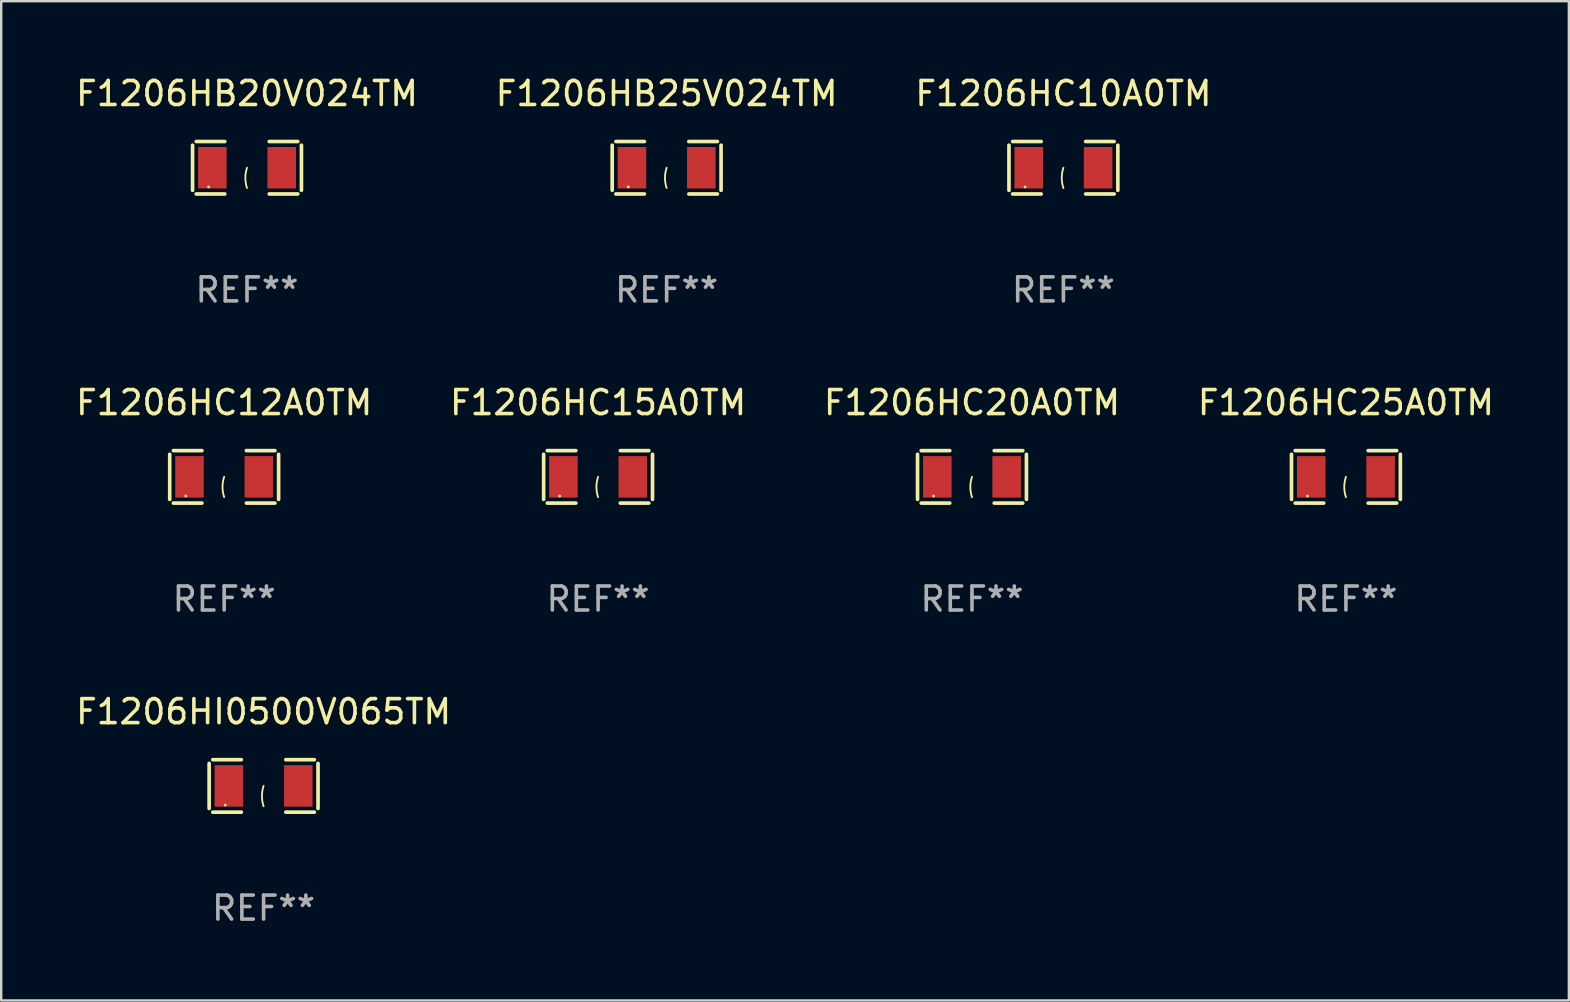
<source format=kicad_pcb>
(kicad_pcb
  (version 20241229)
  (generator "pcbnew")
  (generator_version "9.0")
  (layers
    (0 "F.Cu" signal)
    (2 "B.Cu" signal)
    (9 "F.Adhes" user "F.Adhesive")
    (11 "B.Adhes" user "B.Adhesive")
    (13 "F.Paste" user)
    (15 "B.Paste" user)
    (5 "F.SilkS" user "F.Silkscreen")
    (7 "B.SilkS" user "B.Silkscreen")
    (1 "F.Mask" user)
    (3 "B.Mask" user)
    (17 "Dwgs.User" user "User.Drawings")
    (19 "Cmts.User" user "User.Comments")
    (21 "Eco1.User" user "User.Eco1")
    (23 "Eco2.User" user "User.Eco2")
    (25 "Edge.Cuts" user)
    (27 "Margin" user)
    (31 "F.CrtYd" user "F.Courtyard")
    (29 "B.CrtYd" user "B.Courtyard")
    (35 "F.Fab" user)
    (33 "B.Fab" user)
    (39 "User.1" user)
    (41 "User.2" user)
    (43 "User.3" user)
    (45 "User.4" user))
  (footprint "F1206HC10A0TM"
    (layer "F.Cu")
    (at 41.268 3.941)
    (property "Reference" "F1206HC10A0TM" (at 0 -3.093 0) (layer "F.SilkS") (effects (font (size 1 1) (thickness 0.15))))
    (attr through_hole)
    (fp_line (start -2.269 -0.94) (end -2.269 0.94) (stroke (width 0.152) (type solid)) (layer "F.SilkS"))
    (fp_line (start -2.116 1.093) (end -0.926 1.093) (stroke (width 0.152) (type solid)) (layer "F.SilkS"))
    (fp_line (start -0.926 -1.093) (end -2.116 -1.093) (stroke (width 0.152) (type solid)) (layer "F.SilkS"))
    (fp_line (start 0.926 -1.093) (end 2.116 -1.093) (stroke (width 0.152) (type solid)) (layer "F.SilkS"))
    (fp_line (start 2.116 1.093) (end 0.926 1.093) (stroke (width 0.152) (type solid)) (layer "F.SilkS"))
    (fp_line (start 2.269 -0.94) (end 2.269 0.94) (stroke (width 0.152) (type solid)) (layer "F.SilkS"))
    (fp_arc (start 0 0.844951) (mid -0.068559 0.422475) (end 0 0) (stroke (width 0.0762) (type solid)) (layer "F.SilkS"))
    (fp_circle (center -1.6 0.8) (end -1.57 0.8) (stroke (width 0.06) (type solid)) (fill no) (layer "F.SilkS"))
    (fp_text user "REF**" (at 0 5.093 0) (layer "F.Fab") (effects (font (size 1 1) (thickness 0.15))))
    (pad "1" smd rect (at -1.445 0) (size 1.19 1.728) (layers "F.Cu" "F.Mask" "F.Paste"))
    (pad "2" smd rect (at 1.445 0) (size 1.19 1.728) (layers "F.Cu" "F.Mask" "F.Paste")))
  (footprint "F1206HC25A0TM"
    (layer "F.Cu")
    (at 53.042 16.823)
    (property "Reference" "F1206HC25A0TM" (at 0 -3.093 0) (layer "F.SilkS") (effects (font (size 1 1) (thickness 0.15))))
    (attr through_hole)
    (fp_line (start -2.269 -0.94) (end -2.269 0.94) (stroke (width 0.152) (type solid)) (layer "F.SilkS"))
    (fp_line (start -2.116 1.093) (end -0.926 1.093) (stroke (width 0.152) (type solid)) (layer "F.SilkS"))
    (fp_line (start -0.926 -1.093) (end -2.116 -1.093) (stroke (width 0.152) (type solid)) (layer "F.SilkS"))
    (fp_line (start 0.926 -1.093) (end 2.116 -1.093) (stroke (width 0.152) (type solid)) (layer "F.SilkS"))
    (fp_line (start 2.116 1.093) (end 0.926 1.093) (stroke (width 0.152) (type solid)) (layer "F.SilkS"))
    (fp_line (start 2.269 -0.94) (end 2.269 0.94) (stroke (width 0.152) (type solid)) (layer "F.SilkS"))
    (fp_arc (start 0 0.844951) (mid -0.068559 0.422475) (end 0 0) (stroke (width 0.0762) (type solid)) (layer "F.SilkS"))
    (fp_circle (center -1.6 0.8) (end -1.57 0.8) (stroke (width 0.06) (type solid)) (fill no) (layer "F.SilkS"))
    (fp_text user "REF**" (at 0 5.093 0) (layer "F.Fab") (effects (font (size 1 1) (thickness 0.15))))
    (pad "1" smd rect (at -1.445 0) (size 1.19 1.728) (layers "F.Cu" "F.Mask" "F.Paste"))
    (pad "2" smd rect (at 1.445 0) (size 1.19 1.728) (layers "F.Cu" "F.Mask" "F.Paste")))
  (footprint "F1206HC20A0TM"
    (layer "F.Cu")
    (at 37.458 16.823)
    (property "Reference" "F1206HC20A0TM" (at 0 -3.093 0) (layer "F.SilkS") (effects (font (size 1 1) (thickness 0.15))))
    (attr through_hole)
    (fp_line (start -2.269 -0.94) (end -2.269 0.94) (stroke (width 0.152) (type solid)) (layer "F.SilkS"))
    (fp_line (start -2.116 1.093) (end -0.926 1.093) (stroke (width 0.152) (type solid)) (layer "F.SilkS"))
    (fp_line (start -0.926 -1.093) (end -2.116 -1.093) (stroke (width 0.152) (type solid)) (layer "F.SilkS"))
    (fp_line (start 0.926 -1.093) (end 2.116 -1.093) (stroke (width 0.152) (type solid)) (layer "F.SilkS"))
    (fp_line (start 2.116 1.093) (end 0.926 1.093) (stroke (width 0.152) (type solid)) (layer "F.SilkS"))
    (fp_line (start 2.269 -0.94) (end 2.269 0.94) (stroke (width 0.152) (type solid)) (layer "F.SilkS"))
    (fp_arc (start 0 0.844951) (mid -0.068559 0.422475) (end 0 0) (stroke (width 0.0762) (type solid)) (layer "F.SilkS"))
    (fp_circle (center -1.6 0.8) (end -1.57 0.8) (stroke (width 0.06) (type solid)) (fill no) (layer "F.SilkS"))
    (fp_text user "REF**" (at 0 5.093 0) (layer "F.Fab") (effects (font (size 1 1) (thickness 0.15))))
    (pad "1" smd rect (at -1.445 0) (size 1.19 1.728) (layers "F.Cu" "F.Mask" "F.Paste"))
    (pad "2" smd rect (at 1.445 0) (size 1.19 1.728) (layers "F.Cu" "F.Mask" "F.Paste")))
  (footprint "F1206HB25V024TM"
    (layer "F.Cu")
    (at 24.732 3.941)
    (property "Reference" "F1206HB25V024TM" (at 0 -3.093 0) (layer "F.SilkS") (effects (font (size 1 1) (thickness 0.15))))
    (attr through_hole)
    (fp_line (start -2.269 -0.94) (end -2.269 0.94) (stroke (width 0.152) (type solid)) (layer "F.SilkS"))
    (fp_line (start -2.116 1.093) (end -0.926 1.093) (stroke (width 0.152) (type solid)) (layer "F.SilkS"))
    (fp_line (start -0.926 -1.093) (end -2.116 -1.093) (stroke (width 0.152) (type solid)) (layer "F.SilkS"))
    (fp_line (start 0.926 -1.093) (end 2.116 -1.093) (stroke (width 0.152) (type solid)) (layer "F.SilkS"))
    (fp_line (start 2.116 1.093) (end 0.926 1.093) (stroke (width 0.152) (type solid)) (layer "F.SilkS"))
    (fp_line (start 2.269 -0.94) (end 2.269 0.94) (stroke (width 0.152) (type solid)) (layer "F.SilkS"))
    (fp_arc (start 0 0.844951) (mid -0.068559 0.422475) (end 0 0) (stroke (width 0.0762) (type solid)) (layer "F.SilkS"))
    (fp_circle (center -1.6 0.8) (end -1.57 0.8) (stroke (width 0.06) (type solid)) (fill no) (layer "F.SilkS"))
    (fp_text user "REF**" (at 0 5.093 0) (layer "F.Fab") (effects (font (size 1 1) (thickness 0.15))))
    (pad "1" smd rect (at -1.445 0) (size 1.19 1.728) (layers "F.Cu" "F.Mask" "F.Paste"))
    (pad "2" smd rect (at 1.445 0) (size 1.19 1.728) (layers "F.Cu" "F.Mask" "F.Paste")))
  (footprint "F1206HC15A0TM"
    (layer "F.Cu")
    (at 21.875 16.823)
    (property "Reference" "F1206HC15A0TM" (at 0 -3.093 0) (layer "F.SilkS") (effects (font (size 1 1) (thickness 0.15))))
    (attr through_hole)
    (fp_line (start -2.269 -0.94) (end -2.269 0.94) (stroke (width 0.152) (type solid)) (layer "F.SilkS"))
    (fp_line (start -2.116 1.093) (end -0.926 1.093) (stroke (width 0.152) (type solid)) (layer "F.SilkS"))
    (fp_line (start -0.926 -1.093) (end -2.116 -1.093) (stroke (width 0.152) (type solid)) (layer "F.SilkS"))
    (fp_line (start 0.926 -1.093) (end 2.116 -1.093) (stroke (width 0.152) (type solid)) (layer "F.SilkS"))
    (fp_line (start 2.116 1.093) (end 0.926 1.093) (stroke (width 0.152) (type solid)) (layer "F.SilkS"))
    (fp_line (start 2.269 -0.94) (end 2.269 0.94) (stroke (width 0.152) (type solid)) (layer "F.SilkS"))
    (fp_arc (start 0 0.844951) (mid -0.068559 0.422475) (end 0 0) (stroke (width 0.0762) (type solid)) (layer "F.SilkS"))
    (fp_circle (center -1.6 0.8) (end -1.57 0.8) (stroke (width 0.06) (type solid)) (fill no) (layer "F.SilkS"))
    (fp_text user "REF**" (at 0 5.093 0) (layer "F.Fab") (effects (font (size 1 1) (thickness 0.15))))
    (pad "1" smd rect (at -1.445 0) (size 1.19 1.728) (layers "F.Cu" "F.Mask" "F.Paste"))
    (pad "2" smd rect (at 1.445 0) (size 1.19 1.728) (layers "F.Cu" "F.Mask" "F.Paste")))
  (footprint "F1206HC12A0TM"
    (layer "F.Cu")
    (at 6.292 16.823)
    (property "Reference" "F1206HC12A0TM" (at 0 -3.093 0) (layer "F.SilkS") (effects (font (size 1 1) (thickness 0.15))))
    (attr through_hole)
    (fp_line (start -2.269 -0.94) (end -2.269 0.94) (stroke (width 0.152) (type solid)) (layer "F.SilkS"))
    (fp_line (start -2.116 1.093) (end -0.926 1.093) (stroke (width 0.152) (type solid)) (layer "F.SilkS"))
    (fp_line (start -0.926 -1.093) (end -2.116 -1.093) (stroke (width 0.152) (type solid)) (layer "F.SilkS"))
    (fp_line (start 0.926 -1.093) (end 2.116 -1.093) (stroke (width 0.152) (type solid)) (layer "F.SilkS"))
    (fp_line (start 2.116 1.093) (end 0.926 1.093) (stroke (width 0.152) (type solid)) (layer "F.SilkS"))
    (fp_line (start 2.269 -0.94) (end 2.269 0.94) (stroke (width 0.152) (type solid)) (layer "F.SilkS"))
    (fp_arc (start 0 0.844951) (mid -0.068559 0.422475) (end 0 0) (stroke (width 0.0762) (type solid)) (layer "F.SilkS"))
    (fp_circle (center -1.6 0.8) (end -1.57 0.8) (stroke (width 0.06) (type solid)) (fill no) (layer "F.SilkS"))
    (fp_text user "REF**" (at 0 5.093 0) (layer "F.Fab") (effects (font (size 1 1) (thickness 0.15))))
    (pad "1" smd rect (at -1.445 0) (size 1.19 1.728) (layers "F.Cu" "F.Mask" "F.Paste"))
    (pad "2" smd rect (at 1.445 0) (size 1.19 1.728) (layers "F.Cu" "F.Mask" "F.Paste")))
  (footprint "F1206HI0500V065TM"
    (layer "F.Cu")
    (at 7.935 29.704)
    (property "Reference" "F1206HI0500V065TM" (at 0 -3.093 0) (layer "F.SilkS") (effects (font (size 1 1) (thickness 0.15))))
    (attr through_hole)
    (fp_line (start -2.269 -0.94) (end -2.269 0.94) (stroke (width 0.152) (type solid)) (layer "F.SilkS"))
    (fp_line (start -2.116 1.093) (end -0.926 1.093) (stroke (width 0.152) (type solid)) (layer "F.SilkS"))
    (fp_line (start -0.926 -1.093) (end -2.116 -1.093) (stroke (width 0.152) (type solid)) (layer "F.SilkS"))
    (fp_line (start 0.926 -1.093) (end 2.116 -1.093) (stroke (width 0.152) (type solid)) (layer "F.SilkS"))
    (fp_line (start 2.116 1.093) (end 0.926 1.093) (stroke (width 0.152) (type solid)) (layer "F.SilkS"))
    (fp_line (start 2.269 -0.94) (end 2.269 0.94) (stroke (width 0.152) (type solid)) (layer "F.SilkS"))
    (fp_arc (start 0 0.844951) (mid -0.068559 0.422475) (end 0 0) (stroke (width 0.0762) (type solid)) (layer "F.SilkS"))
    (fp_circle (center -1.6 0.8) (end -1.57 0.8) (stroke (width 0.06) (type solid)) (fill no) (layer "F.SilkS"))
    (fp_text user "REF**" (at 0 5.093 0) (layer "F.Fab") (effects (font (size 1 1) (thickness 0.15))))
    (pad "1" smd rect (at -1.445 0) (size 1.19 1.728) (layers "F.Cu" "F.Mask" "F.Paste"))
    (pad "2" smd rect (at 1.445 0) (size 1.19 1.728) (layers "F.Cu" "F.Mask" "F.Paste")))
  (footprint "F1206HB20V024TM"
    (layer "F.Cu")
    (at 7.244 3.941)
    (property "Reference" "F1206HB20V024TM" (at 0 -3.093 0) (layer "F.SilkS") (effects (font (size 1 1) (thickness 0.15))))
    (attr through_hole)
    (fp_line (start -2.269 -0.94) (end -2.269 0.94) (stroke (width 0.152) (type solid)) (layer "F.SilkS"))
    (fp_line (start -2.116 1.093) (end -0.926 1.093) (stroke (width 0.152) (type solid)) (layer "F.SilkS"))
    (fp_line (start -0.926 -1.093) (end -2.116 -1.093) (stroke (width 0.152) (type solid)) (layer "F.SilkS"))
    (fp_line (start 0.926 -1.093) (end 2.116 -1.093) (stroke (width 0.152) (type solid)) (layer "F.SilkS"))
    (fp_line (start 2.116 1.093) (end 0.926 1.093) (stroke (width 0.152) (type solid)) (layer "F.SilkS"))
    (fp_line (start 2.269 -0.94) (end 2.269 0.94) (stroke (width 0.152) (type solid)) (layer "F.SilkS"))
    (fp_arc (start 0 0.844951) (mid -0.068559 0.422475) (end 0 0) (stroke (width 0.0762) (type solid)) (layer "F.SilkS"))
    (fp_circle (center -1.6 0.8) (end -1.57 0.8) (stroke (width 0.06) (type solid)) (fill no) (layer "F.SilkS"))
    (fp_text user "REF**" (at 0 5.093 0) (layer "F.Fab") (effects (font (size 1 1) (thickness 0.15))))
    (pad "1" smd rect (at -1.445 0) (size 1.19 1.728) (layers "F.Cu" "F.Mask" "F.Paste"))
    (pad "2" smd rect (at 1.445 0) (size 1.19 1.728) (layers "F.Cu" "F.Mask" "F.Paste")))
  (gr_rect
    (start -3 -3)
    (end 62.333 38.645)
    (stroke (width 0.1) (type default))
    (fill no)
    (layer "Edge.Cuts")))
</source>
